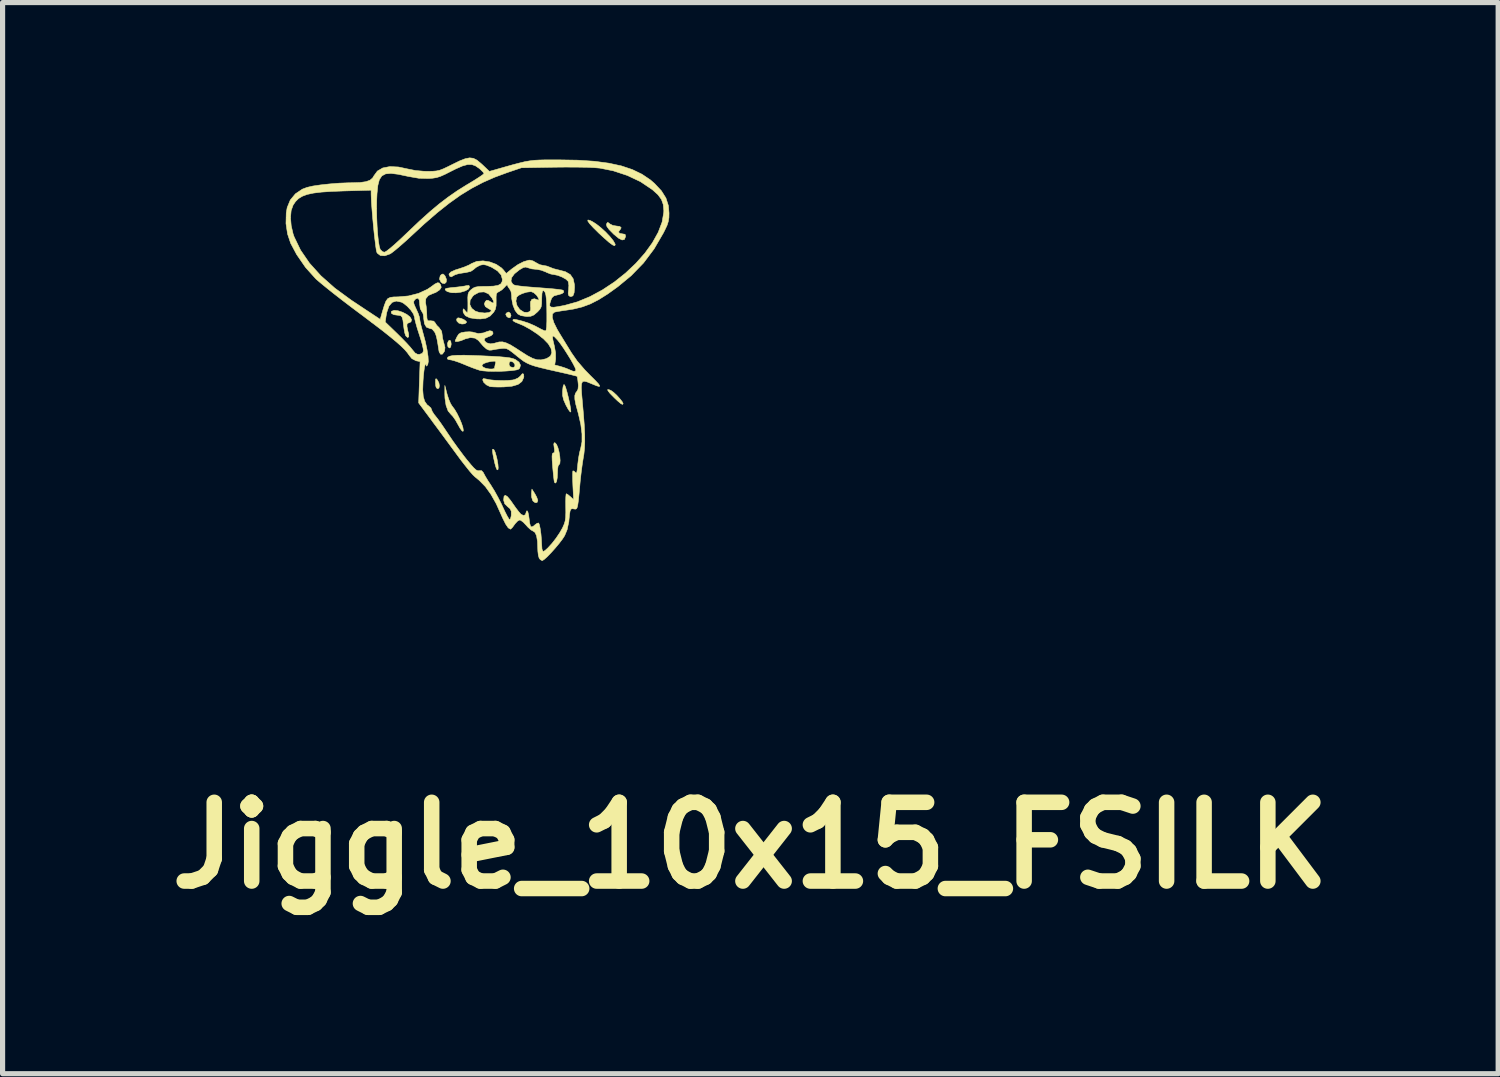
<source format=kicad_pcb>
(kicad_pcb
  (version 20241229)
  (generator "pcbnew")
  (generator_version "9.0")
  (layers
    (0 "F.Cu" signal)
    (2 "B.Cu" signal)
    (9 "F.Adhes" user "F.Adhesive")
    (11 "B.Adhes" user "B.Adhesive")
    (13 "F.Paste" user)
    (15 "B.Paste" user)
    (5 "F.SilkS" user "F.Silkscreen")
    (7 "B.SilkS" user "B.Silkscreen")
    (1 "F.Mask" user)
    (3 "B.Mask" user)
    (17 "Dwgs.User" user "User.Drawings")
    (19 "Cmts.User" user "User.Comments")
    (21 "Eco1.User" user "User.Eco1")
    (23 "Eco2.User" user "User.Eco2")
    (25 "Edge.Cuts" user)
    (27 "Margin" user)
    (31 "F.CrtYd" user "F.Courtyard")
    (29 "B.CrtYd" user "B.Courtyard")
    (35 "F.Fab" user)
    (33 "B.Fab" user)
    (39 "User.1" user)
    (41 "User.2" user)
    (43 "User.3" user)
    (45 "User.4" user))
  (footprint "Jiggle_10x15_FSILK"
    (layer "F.Cu")
    (at 11.474 13.313)
    (property "Reference" "Jiggle_10x15_FSILK" (at 0 0 0) (layer "F.SilkS") (effects (font (size 1.524 1.524) (thickness 0.3))))
    (attr through_hole)
    (fp_poly (pts (xy -4.649 -10.301) (xy -4.633 -10.256) (xy -4.648 -10.219) (xy -4.672 -10.211) (xy -4.704 -10.228) (xy -4.722 -10.246) (xy -4.736 -10.283) (xy -4.715 -10.309) (xy -4.678 -10.324) (xy -4.649 -10.301)) (stroke (width 0.01) (type solid)) (fill yes) (layer "F.SilkS"))
    (fp_poly (pts (xy -5.799 -9.757) (xy -5.791 -9.704) (xy -5.791 -9.703) (xy -5.801 -9.646) (xy -5.825 -9.627) (xy -5.852 -9.65) (xy -5.858 -9.665) (xy -5.863 -9.718) (xy -5.845 -9.764) (xy -5.817 -9.779) (xy -5.799 -9.757)) (stroke (width 0.01) (type solid)) (fill yes) (layer "F.SilkS"))
    (fp_poly (pts (xy -5.92 -11.036) (xy -5.907 -11.016) (xy -5.882 -10.953) (xy -5.888 -10.902) (xy -5.917 -10.874) (xy -5.961 -10.88) (xy -5.989 -10.902) (xy -6.018 -10.961) (xy -6.004 -11.023) (xy -5.983 -11.048) (xy -5.951 -11.061) (xy -5.92 -11.036)) (stroke (width 0.01) (type solid)) (fill yes) (layer "F.SilkS"))
    (fp_poly (pts (xy -4.172 -6.807) (xy -4.136 -6.74) (xy -4.116 -6.684) (xy -4.115 -6.674) (xy -4.13 -6.637) (xy -4.166 -6.634) (xy -4.205 -6.663) (xy -4.217 -6.681) (xy -4.235 -6.744) (xy -4.237 -6.815) (xy -4.229 -6.896) (xy -4.172 -6.807)) (stroke (width 0.01) (type solid)) (fill yes) (layer "F.SilkS"))
    (fp_poly (pts (xy -6.061 -9.011) (xy -6.057 -9.006) (xy -6.029 -8.952) (xy -6.02 -8.897) (xy -6.027 -8.856) (xy -6.049 -8.839) (xy -6.079 -8.856) (xy -6.09 -8.891) (xy -6.095 -8.953) (xy -6.095 -8.964) (xy -6.093 -9.022) (xy -6.084 -9.035) (xy -6.061 -9.011)) (stroke (width 0.01) (type solid)) (fill yes) (layer "F.SilkS"))
    (fp_poly (pts (xy -5.597 -10.2) (xy -5.54 -10.174) (xy -5.501 -10.144) (xy -5.494 -10.124) (xy -5.526 -10.097) (xy -5.583 -10.091) (xy -5.643 -10.109) (xy -5.645 -10.111) (xy -5.681 -10.148) (xy -5.687 -10.187) (xy -5.663 -10.21) (xy -5.653 -10.211) (xy -5.597 -10.2)) (stroke (width 0.01) (type solid)) (fill yes) (layer "F.SilkS"))
    (fp_poly (pts (xy -2.726 -8.817) (xy -2.695 -8.803) (xy -2.646 -8.767) (xy -2.587 -8.712) (xy -2.529 -8.648) (xy -2.483 -8.59) (xy -2.464 -8.552) (xy -2.464 -8.55) (xy -2.475 -8.535) (xy -2.509 -8.552) (xy -2.571 -8.604) (xy -2.635 -8.665) (xy -2.716 -8.747) (xy -2.758 -8.801) (xy -2.762 -8.824) (xy -2.726 -8.817)) (stroke (width 0.01) (type solid)) (fill yes) (layer "F.SilkS"))
    (fp_poly (pts (xy -4.967 -7.664) (xy -4.941 -7.612) (xy -4.912 -7.512) (xy -4.902 -7.467) (xy -4.886 -7.374) (xy -4.881 -7.306) (xy -4.887 -7.269) (xy -4.904 -7.273) (xy -4.91 -7.282) (xy -4.927 -7.325) (xy -4.947 -7.396) (xy -4.966 -7.481) (xy -4.983 -7.565) (xy -4.992 -7.631) (xy -4.992 -7.666) (xy -4.991 -7.667) (xy -4.967 -7.664)) (stroke (width 0.01) (type solid)) (fill yes) (layer "F.SilkS"))
    (fp_poly (pts (xy -3.598 -8.915) (xy -3.577 -8.867) (xy -3.549 -8.772) (xy -3.519 -8.652) (xy -3.496 -8.546) (xy -3.481 -8.46) (xy -3.475 -8.403) (xy -3.477 -8.388) (xy -3.495 -8.398) (xy -3.527 -8.443) (xy -3.567 -8.516) (xy -3.569 -8.519) (xy -3.615 -8.623) (xy -3.635 -8.707) (xy -3.636 -8.787) (xy -3.627 -8.874) (xy -3.614 -8.917) (xy -3.598 -8.915)) (stroke (width 0.01) (type solid)) (fill yes) (layer "F.SilkS"))
    (fp_poly (pts (xy -5.436 -10.811) (xy -5.436 -10.809) (xy -5.459 -10.767) (xy -5.519 -10.733) (xy -5.603 -10.708) (xy -5.697 -10.696) (xy -5.787 -10.698) (xy -5.861 -10.718) (xy -5.882 -10.73) (xy -5.908 -10.754) (xy -5.905 -10.772) (xy -5.868 -10.785) (xy -5.79 -10.796) (xy -5.702 -10.804) (xy -5.61 -10.815) (xy -5.53 -10.827) (xy -5.493 -10.835) (xy -5.448 -10.839) (xy -5.436 -10.811)) (stroke (width 0.01) (type solid)) (fill yes) (layer "F.SilkS"))
    (fp_poly (pts (xy -3.102 -12.095) (xy -3.064 -12.077) (xy -2.982 -12.025) (xy -2.891 -11.953) (xy -2.8 -11.87) (xy -2.719 -11.784) (xy -2.656 -11.706) (xy -2.621 -11.645) (xy -2.616 -11.624) (xy -2.629 -11.607) (xy -2.667 -11.622) (xy -2.734 -11.671) (xy -2.831 -11.756) (xy -2.93 -11.847) (xy -3.04 -11.956) (xy -3.113 -12.035) (xy -3.148 -12.086) (xy -3.144 -12.106) (xy -3.102 -12.095)) (stroke (width 0.01) (type solid)) (fill yes) (layer "F.SilkS"))
    (fp_poly (pts (xy -5.87 -8.731) (xy -5.839 -8.635) (xy -5.804 -8.552) (xy -5.773 -8.503) (xy -5.725 -8.439) (xy -5.675 -8.354) (xy -5.629 -8.259) (xy -5.59 -8.166) (xy -5.564 -8.087) (xy -5.556 -8.031) (xy -5.563 -8.013) (xy -5.585 -8.027) (xy -5.621 -8.076) (xy -5.662 -8.15) (xy -5.663 -8.151) (xy -5.71 -8.235) (xy -5.759 -8.304) (xy -5.793 -8.34) (xy -5.851 -8.408) (xy -5.891 -8.517) (xy -5.912 -8.657) (xy -5.915 -8.738) (xy -5.914 -8.903) (xy -5.87 -8.731)) (stroke (width 0.01) (type solid)) (fill yes) (layer "F.SilkS"))
    (fp_poly (pts (xy -2.744 -12.05) (xy -2.722 -12.03) (xy -2.663 -12) (xy -2.597 -11.989) (xy -2.528 -11.98) (xy -2.501 -11.955) (xy -2.521 -11.918) (xy -2.527 -11.913) (xy -2.553 -11.874) (xy -2.533 -11.847) (xy -2.473 -11.836) (xy -2.426 -11.828) (xy -2.416 -11.793) (xy -2.418 -11.78) (xy -2.439 -11.728) (xy -2.483 -11.718) (xy -2.551 -11.752) (xy -2.644 -11.829) (xy -2.659 -11.844) (xy -2.736 -11.922) (xy -2.777 -11.978) (xy -2.787 -12.017) (xy -2.785 -12.027) (xy -2.768 -12.057) (xy -2.744 -12.05)) (stroke (width 0.01) (type solid)) (fill yes) (layer "F.SilkS"))
    (fp_poly (pts (xy -4.39 -9.123) (xy -4.385 -9.076) (xy -4.388 -9.055) (xy -4.424 -8.978) (xy -4.498 -8.922) (xy -4.615 -8.888) (xy -4.774 -8.874) (xy -4.88 -8.872) (xy -4.971 -8.875) (xy -5.032 -8.879) (xy -5.042 -8.881) (xy -5.11 -8.914) (xy -5.162 -8.963) (xy -5.182 -9.011) (xy -5.169 -9.036) (xy -5.124 -9.029) (xy -5.049 -9.013) (xy -4.941 -9.002) (xy -4.82 -8.998) (xy -4.702 -8.999) (xy -4.605 -9.008) (xy -4.566 -9.016) (xy -4.497 -9.047) (xy -4.449 -9.087) (xy -4.444 -9.095) (xy -4.413 -9.131) (xy -4.39 -9.123)) (stroke (width 0.01) (type solid)) (fill yes) (layer "F.SilkS"))
    (fp_poly (pts (xy -6.819 -10.348) (xy -6.733 -10.32) (xy -6.651 -10.278) (xy -6.588 -10.228) (xy -6.558 -10.176) (xy -6.57 -10.133) (xy -6.604 -10.117) (xy -6.633 -10.106) (xy -6.647 -10.085) (xy -6.647 -10.044) (xy -6.633 -9.971) (xy -6.615 -9.9) (xy -6.613 -9.845) (xy -6.634 -9.83) (xy -6.667 -9.859) (xy -6.676 -9.874) (xy -6.691 -9.923) (xy -6.705 -10.003) (xy -6.713 -10.064) (xy -6.725 -10.164) (xy -6.741 -10.223) (xy -6.767 -10.252) (xy -6.809 -10.261) (xy -6.828 -10.262) (xy -6.9 -10.272) (xy -6.945 -10.295) (xy -6.952 -10.326) (xy -6.944 -10.339) (xy -6.894 -10.356) (xy -6.819 -10.348)) (stroke (width 0.01) (type solid)) (fill yes) (layer "F.SilkS"))
    (fp_poly (pts (xy -3.781 -7.792) (xy -3.753 -7.762) (xy -3.726 -7.7) (xy -3.704 -7.618) (xy -3.689 -7.531) (xy -3.683 -7.451) (xy -3.688 -7.392) (xy -3.706 -7.366) (xy -3.708 -7.366) (xy -3.722 -7.343) (xy -3.731 -7.281) (xy -3.734 -7.202) (xy -3.739 -7.113) (xy -3.751 -7.047) (xy -3.768 -7.014) (xy -3.786 -7.019) (xy -3.796 -7.041) (xy -3.802 -7.079) (xy -3.811 -7.155) (xy -3.821 -7.257) (xy -3.828 -7.334) (xy -3.837 -7.454) (xy -3.839 -7.532) (xy -3.834 -7.576) (xy -3.823 -7.593) (xy -3.815 -7.595) (xy -3.794 -7.607) (xy -3.791 -7.651) (xy -3.798 -7.699) (xy -3.806 -7.766) (xy -3.798 -7.793) (xy -3.781 -7.792)) (stroke (width 0.01) (type solid)) (fill yes) (layer "F.SilkS"))
    (fp_poly (pts (xy -5.362 -9.483) (xy -5.189 -9.476) (xy -4.997 -9.467) (xy -4.849 -9.458) (xy -4.738 -9.448) (xy -4.656 -9.437) (xy -4.597 -9.423) (xy -4.554 -9.407) (xy -4.551 -9.406) (xy -4.479 -9.354) (xy -4.45 -9.296) (xy -4.465 -9.239) (xy -4.486 -9.218) (xy -4.529 -9.203) (xy -4.611 -9.191) (xy -4.72 -9.182) (xy -4.844 -9.176) (xy -4.97 -9.175) (xy -5.088 -9.178) (xy -5.184 -9.186) (xy -5.233 -9.194) (xy -5.297 -9.215) (xy -5.391 -9.249) (xy -5.492 -9.29) (xy -5.198 -9.29) (xy -5.181 -9.265) (xy -5.166 -9.253) (xy -5.12 -9.234) (xy -5.057 -9.222) (xy -4.997 -9.221) (xy -4.958 -9.23) (xy -4.953 -9.239) (xy -4.946 -9.276) (xy -4.938 -9.312) (xy -4.672 -9.312) (xy -4.657 -9.273) (xy -4.642 -9.262) (xy -4.592 -9.249) (xy -4.564 -9.265) (xy -4.559 -9.272) (xy -4.559 -9.311) (xy -4.59 -9.352) (xy -4.634 -9.372) (xy -4.639 -9.373) (xy -4.666 -9.353) (xy -4.672 -9.312) (xy -4.938 -9.312) (xy -4.936 -9.319) (xy -4.929 -9.357) (xy -4.944 -9.372) (xy -4.991 -9.371) (xy -5.026 -9.366) (xy -5.103 -9.349) (xy -5.162 -9.326) (xy -5.172 -9.319) (xy -5.198 -9.29) (xy -5.492 -9.29) (xy -5.497 -9.292) (xy -5.533 -9.307) (xy -5.635 -9.348) (xy -5.726 -9.379) (xy -5.791 -9.396) (xy -5.806 -9.398) (xy -5.853 -9.407) (xy -5.867 -9.424) (xy -5.857 -9.449) (xy -5.824 -9.468) (xy -5.762 -9.481) (xy -5.668 -9.487) (xy -5.536 -9.488) (xy -5.362 -9.483)) (stroke (width 0.01) (type solid)) (fill yes) (layer "F.SilkS"))
    (fp_poly (pts (xy -5.362 -13.299) (xy -5.293 -13.264) (xy -5.218 -13.202) (xy -5.191 -13.178) (xy -5.052 -13.046) (xy -4.945 -13.076) (xy -4.749 -13.132) (xy -4.593 -13.176) (xy -4.467 -13.209) (xy -4.363 -13.234) (xy -4.27 -13.25) (xy -4.179 -13.261) (xy -4.082 -13.266) (xy -3.969 -13.269) (xy -3.83 -13.269) (xy -3.708 -13.269) (xy -3.343 -13.263) (xy -3.022 -13.242) (xy -2.742 -13.205) (xy -2.497 -13.152) (xy -2.285 -13.081) (xy -2.099 -12.991) (xy -1.937 -12.882) (xy -1.856 -12.812) (xy -1.723 -12.67) (xy -1.635 -12.53) (xy -1.587 -12.381) (xy -1.575 -12.239) (xy -1.577 -12.15) (xy -1.589 -12.077) (xy -1.613 -12.002) (xy -1.657 -11.909) (xy -1.684 -11.855) (xy -1.864 -11.546) (xy -2.069 -11.273) (xy -2.308 -11.027) (xy -2.565 -10.815) (xy -2.764 -10.672) (xy -2.939 -10.562) (xy -3.1 -10.48) (xy -3.257 -10.422) (xy -3.42 -10.382) (xy -3.533 -10.364) (xy -3.637 -10.349) (xy -3.725 -10.335) (xy -3.782 -10.324) (xy -3.791 -10.322) (xy -3.83 -10.287) (xy -3.835 -10.219) (xy -3.805 -10.12) (xy -3.742 -9.992) (xy -3.713 -9.942) (xy -3.638 -9.819) (xy -3.553 -9.68) (xy -3.475 -9.553) (xy -3.466 -9.538) (xy -3.354 -9.377) (xy -3.205 -9.204) (xy -3.1 -9.096) (xy -3.001 -8.998) (xy -2.939 -8.931) (xy -2.915 -8.893) (xy -2.927 -8.882) (xy -2.977 -8.896) (xy -3.063 -8.931) (xy -3.092 -8.943) (xy -3.165 -8.973) (xy -3.217 -8.985) (xy -3.25 -8.975) (xy -3.268 -8.935) (xy -3.273 -8.862) (xy -3.267 -8.75) (xy -3.253 -8.592) (xy -3.253 -8.592) (xy -3.231 -8.34) (xy -3.215 -8.131) (xy -3.207 -7.958) (xy -3.206 -7.811) (xy -3.211 -7.685) (xy -3.223 -7.57) (xy -3.235 -7.5) (xy -3.254 -7.379) (xy -3.274 -7.229) (xy -3.292 -7.072) (xy -3.301 -6.972) (xy -3.316 -6.806) (xy -3.328 -6.684) (xy -3.34 -6.6) (xy -3.351 -6.547) (xy -3.365 -6.518) (xy -3.383 -6.509) (xy -3.407 -6.511) (xy -3.417 -6.513) (xy -3.451 -6.518) (xy -3.474 -6.507) (xy -3.49 -6.472) (xy -3.501 -6.404) (xy -3.512 -6.296) (xy -3.514 -6.268) (xy -3.548 -6.109) (xy -3.595 -5.996) (xy -3.639 -5.928) (xy -3.703 -5.844) (xy -3.778 -5.754) (xy -3.856 -5.667) (xy -3.929 -5.591) (xy -3.989 -5.537) (xy -4.028 -5.512) (xy -4.031 -5.512) (xy -4.067 -5.532) (xy -4.089 -5.561) (xy -4.105 -5.617) (xy -4.114 -5.696) (xy -4.115 -5.722) (xy -4.121 -5.882) (xy -4.139 -5.993) (xy -4.17 -6.059) (xy -4.202 -6.081) (xy -4.25 -6.108) (xy -4.309 -6.162) (xy -4.34 -6.197) (xy -4.395 -6.255) (xy -4.445 -6.292) (xy -4.465 -6.299) (xy -4.505 -6.279) (xy -4.552 -6.229) (xy -4.566 -6.21) (xy -4.606 -6.155) (xy -4.638 -6.124) (xy -4.644 -6.121) (xy -4.687 -6.146) (xy -4.738 -6.221) (xy -4.799 -6.344) (xy -4.82 -6.392) (xy -4.921 -6.616) (xy -5.023 -6.797) (xy -5.13 -6.945) (xy -5.25 -7.067) (xy -5.33 -7.133) (xy -5.371 -7.172) (xy -5.435 -7.245) (xy -5.514 -7.344) (xy -5.603 -7.458) (xy -5.67 -7.549) (xy -5.781 -7.7) (xy -5.906 -7.87) (xy -6.031 -8.04) (xy -6.145 -8.193) (xy -6.176 -8.236) (xy -6.421 -8.565) (xy -6.407 -8.965) (xy -6.393 -9.365) (xy -6.471 -9.38) (xy -6.552 -9.422) (xy -6.601 -9.482) (xy -6.639 -9.536) (xy -6.69 -9.595) (xy -6.76 -9.664) (xy -6.85 -9.744) (xy -6.966 -9.84) (xy -7.11 -9.955) (xy -7.288 -10.091) (xy -7.34 -10.13) (xy -7.068 -10.13) (xy -6.84 -9.91) (xy -6.744 -9.815) (xy -6.655 -9.723) (xy -6.584 -9.645) (xy -6.542 -9.593) (xy -6.49 -9.531) (xy -6.444 -9.506) (xy -6.405 -9.504) (xy -6.348 -9.526) (xy -6.329 -9.57) (xy -6.334 -9.617) (xy -6.352 -9.699) (xy -6.382 -9.804) (xy -6.412 -9.896) (xy -6.449 -10.011) (xy -6.478 -10.114) (xy -6.497 -10.191) (xy -6.502 -10.226) (xy -6.522 -10.286) (xy -6.571 -10.359) (xy -6.639 -10.433) (xy -6.712 -10.492) (xy -6.754 -10.515) (xy -6.854 -10.536) (xy -6.934 -10.511) (xy -6.996 -10.439) (xy -7.037 -10.32) (xy -7.05 -10.253) (xy -7.068 -10.13) (xy -7.34 -10.13) (xy -7.501 -10.252) (xy -7.582 -10.312) (xy -7.752 -10.44) (xy -7.917 -10.566) (xy -8.07 -10.685) (xy -8.205 -10.793) (xy -8.315 -10.883) (xy -8.394 -10.95) (xy -8.415 -10.97) (xy -8.61 -11.187) (xy -8.783 -11.438) (xy -8.898 -11.654) (xy -8.959 -11.836) (xy -8.989 -12.038) (xy -8.986 -12.15) (xy -8.901 -12.15) (xy -8.888 -11.995) (xy -8.851 -11.836) (xy -8.831 -11.779) (xy -8.707 -11.522) (xy -8.535 -11.271) (xy -8.314 -11.026) (xy -8.043 -10.786) (xy -7.722 -10.551) (xy -7.684 -10.526) (xy -7.556 -10.441) (xy -7.439 -10.363) (xy -7.34 -10.298) (xy -7.268 -10.25) (xy -7.234 -10.228) (xy -7.165 -10.182) (xy -7.123 -10.33) (xy -7.086 -10.452) (xy -7.054 -10.534) (xy -7.019 -10.583) (xy -6.97 -10.607) (xy -6.901 -10.616) (xy -6.822 -10.617) (xy -6.618 -10.635) (xy -6.423 -10.685) (xy -6.253 -10.763) (xy -6.186 -10.808) (xy -6.108 -10.865) (xy -6.058 -10.89) (xy -6.025 -10.887) (xy -6 -10.856) (xy -5.995 -10.847) (xy -5.984 -10.802) (xy -6.01 -10.759) (xy -6.023 -10.747) (xy -6.089 -10.703) (xy -6.148 -10.681) (xy -6.234 -10.643) (xy -6.283 -10.582) (xy -6.288 -10.504) (xy -6.286 -10.497) (xy -6.275 -10.431) (xy -6.266 -10.34) (xy -6.264 -10.287) (xy -6.261 -10.207) (xy -6.252 -10.167) (xy -6.23 -10.153) (xy -6.191 -10.155) (xy -6.129 -10.147) (xy -6.103 -10.117) (xy -6.071 -10.067) (xy -6.028 -10.025) (xy -5.977 -9.954) (xy -5.968 -9.898) (xy -5.958 -9.819) (xy -5.936 -9.731) (xy -5.932 -9.719) (xy -5.911 -9.636) (xy -5.919 -9.574) (xy -5.924 -9.56) (xy -5.961 -9.509) (xy -5.997 -9.507) (xy -6.024 -9.552) (xy -6.03 -9.582) (xy -6.05 -9.709) (xy -6.066 -9.798) (xy -6.08 -9.858) (xy -6.095 -9.902) (xy -6.112 -9.937) (xy -6.16 -9.994) (xy -6.212 -10.008) (xy -6.271 -10.031) (xy -6.309 -10.097) (xy -6.324 -10.204) (xy -6.325 -10.222) (xy -6.335 -10.29) (xy -6.362 -10.337) (xy -6.363 -10.338) (xy -6.39 -10.388) (xy -6.401 -10.471) (xy -6.401 -10.481) (xy -6.41 -10.559) (xy -6.436 -10.593) (xy -6.477 -10.579) (xy -6.503 -10.553) (xy -6.518 -10.522) (xy -6.512 -10.48) (xy -6.483 -10.412) (xy -6.468 -10.381) (xy -6.431 -10.299) (xy -6.407 -10.228) (xy -6.401 -10.194) (xy -6.394 -10.146) (xy -6.376 -10.064) (xy -6.349 -9.963) (xy -6.338 -9.922) (xy -6.292 -9.751) (xy -6.259 -9.595) (xy -6.239 -9.464) (xy -6.234 -9.365) (xy -6.245 -9.306) (xy -6.246 -9.304) (xy -6.267 -9.276) (xy -6.274 -9.293) (xy -6.274 -9.296) (xy -6.278 -9.322) (xy -6.294 -9.301) (xy -6.297 -9.296) (xy -6.308 -9.256) (xy -6.319 -9.178) (xy -6.33 -9.074) (xy -6.336 -8.99) (xy -6.342 -8.818) (xy -6.332 -8.689) (xy -6.304 -8.595) (xy -6.258 -8.529) (xy -6.225 -8.504) (xy -6.184 -8.466) (xy -6.172 -8.436) (xy -6.157 -8.397) (xy -6.118 -8.338) (xy -6.094 -8.309) (xy -6.048 -8.25) (xy -5.984 -8.161) (xy -5.912 -8.055) (xy -5.85 -7.963) (xy -5.76 -7.829) (xy -5.653 -7.681) (xy -5.547 -7.539) (xy -5.496 -7.474) (xy -5.412 -7.372) (xy -5.352 -7.305) (xy -5.309 -7.267) (xy -5.276 -7.252) (xy -5.249 -7.253) (xy -5.202 -7.253) (xy -5.169 -7.216) (xy -5.159 -7.196) (xy -5.129 -7.14) (xy -5.08 -7.059) (xy -5.021 -6.97) (xy -5.015 -6.96) (xy -4.953 -6.86) (xy -4.884 -6.735) (xy -4.818 -6.605) (xy -4.794 -6.553) (xy -4.747 -6.453) (xy -4.705 -6.371) (xy -4.673 -6.319) (xy -4.661 -6.305) (xy -4.643 -6.323) (xy -4.63 -6.376) (xy -4.628 -6.399) (xy -4.629 -6.47) (xy -4.653 -6.518) (xy -4.698 -6.556) (xy -4.755 -6.612) (xy -4.775 -6.678) (xy -4.775 -6.698) (xy -4.768 -6.759) (xy -4.744 -6.777) (xy -4.703 -6.751) (xy -4.643 -6.679) (xy -4.6 -6.617) (xy -4.54 -6.532) (xy -4.485 -6.46) (xy -4.446 -6.415) (xy -4.443 -6.411) (xy -4.392 -6.386) (xy -4.355 -6.401) (xy -4.343 -6.44) (xy -4.331 -6.473) (xy -4.322 -6.477) (xy -4.307 -6.454) (xy -4.293 -6.395) (xy -4.285 -6.338) (xy -4.272 -6.236) (xy -4.256 -6.18) (xy -4.232 -6.163) (xy -4.196 -6.182) (xy -4.176 -6.2) (xy -4.13 -6.234) (xy -4.099 -6.241) (xy -4.098 -6.24) (xy -4.083 -6.202) (xy -4.068 -6.128) (xy -4.054 -6.029) (xy -4.045 -5.921) (xy -4.04 -5.823) (xy -4.034 -5.735) (xy -4.017 -5.694) (xy -4.006 -5.69) (xy -3.975 -5.708) (xy -3.922 -5.756) (xy -3.858 -5.826) (xy -3.838 -5.848) (xy -3.762 -5.946) (xy -3.691 -6.051) (xy -3.638 -6.143) (xy -3.636 -6.147) (xy -3.605 -6.217) (xy -3.586 -6.279) (xy -3.576 -6.35) (xy -3.573 -6.443) (xy -3.574 -6.547) (xy -3.575 -6.655) (xy -3.573 -6.741) (xy -3.568 -6.795) (xy -3.563 -6.807) (xy -3.535 -6.792) (xy -3.489 -6.754) (xy -3.484 -6.75) (xy -3.422 -6.693) (xy -3.436 -6.965) (xy -3.44 -7.077) (xy -3.441 -7.169) (xy -3.439 -7.231) (xy -3.435 -7.25) (xy -3.412 -7.244) (xy -3.39 -7.22) (xy -3.373 -7.206) (xy -3.361 -7.221) (xy -3.352 -7.271) (xy -3.342 -7.364) (xy -3.341 -7.38) (xy -3.327 -7.493) (xy -3.307 -7.603) (xy -3.285 -7.685) (xy -3.284 -7.69) (xy -3.26 -7.81) (xy -3.26 -7.966) (xy -3.283 -8.151) (xy -3.33 -8.355) (xy -3.341 -8.396) (xy -3.379 -8.535) (xy -3.398 -8.635) (xy -3.399 -8.706) (xy -3.384 -8.755) (xy -3.363 -8.782) (xy -3.337 -8.828) (xy -3.33 -8.9) (xy -3.334 -8.946) (xy -3.342 -9.019) (xy -3.351 -9.069) (xy -3.355 -9.079) (xy -3.383 -9.088) (xy -3.45 -9.105) (xy -3.549 -9.129) (xy -3.671 -9.157) (xy -3.721 -9.168) (xy -3.908 -9.21) (xy -4.054 -9.245) (xy -4.167 -9.275) (xy -4.255 -9.304) (xy -4.326 -9.336) (xy -4.389 -9.372) (xy -4.451 -9.418) (xy -4.522 -9.474) (xy -4.523 -9.476) (xy -4.612 -9.547) (xy -4.674 -9.592) (xy -4.721 -9.615) (xy -4.765 -9.621) (xy -4.818 -9.618) (xy -4.826 -9.617) (xy -4.914 -9.605) (xy -4.992 -9.591) (xy -5.009 -9.587) (xy -5.059 -9.586) (xy -5.11 -9.61) (xy -5.172 -9.666) (xy -5.251 -9.758) (xy -5.264 -9.774) (xy -5.329 -9.818) (xy -5.419 -9.829) (xy -5.519 -9.804) (xy -5.546 -9.792) (xy -5.606 -9.768) (xy -5.666 -9.754) (xy -5.707 -9.754) (xy -5.715 -9.762) (xy -5.705 -9.789) (xy -5.68 -9.841) (xy -5.677 -9.848) (xy -5.644 -9.897) (xy -5.599 -9.924) (xy -5.522 -9.938) (xy -5.518 -9.938) (xy -5.437 -9.942) (xy -5.372 -9.935) (xy -5.355 -9.929) (xy -5.267 -9.907) (xy -5.165 -9.92) (xy -5.109 -9.942) (xy -5.045 -9.962) (xy -4.998 -9.952) (xy -4.981 -9.918) (xy -4.986 -9.898) (xy -5.019 -9.866) (xy -5.078 -9.843) (xy -5.139 -9.816) (xy -5.153 -9.778) (xy -5.118 -9.737) (xy -5.093 -9.724) (xy -5.031 -9.708) (xy -4.957 -9.719) (xy -4.93 -9.727) (xy -4.862 -9.745) (xy -4.798 -9.746) (xy -4.728 -9.727) (xy -4.643 -9.687) (xy -4.534 -9.62) (xy -4.444 -9.561) (xy -4.315 -9.479) (xy -4.214 -9.426) (xy -4.129 -9.4) (xy -4.05 -9.398) (xy -3.966 -9.417) (xy -3.941 -9.426) (xy -3.871 -9.47) (xy -3.844 -9.536) (xy -3.858 -9.617) (xy -3.913 -9.71) (xy -4.004 -9.804) (xy -4.052 -9.842) (xy -3.831 -9.842) (xy -3.822 -9.781) (xy -3.797 -9.675) (xy -3.795 -9.669) (xy -3.771 -9.534) (xy -3.77 -9.417) (xy -3.771 -9.407) (xy -3.787 -9.299) (xy -3.678 -9.271) (xy -3.594 -9.244) (xy -3.52 -9.215) (xy -3.505 -9.208) (xy -3.429 -9.176) (xy -3.387 -9.18) (xy -3.378 -9.203) (xy -3.392 -9.244) (xy -3.428 -9.316) (xy -3.481 -9.409) (xy -3.544 -9.511) (xy -3.61 -9.614) (xy -3.673 -9.705) (xy -3.727 -9.775) (xy -3.739 -9.789) (xy -3.791 -9.843) (xy -3.821 -9.861) (xy -3.831 -9.842) (xy -4.052 -9.842) (xy -4.124 -9.899) (xy -4.259 -9.988) (xy -4.391 -10.061) (xy -4.486 -10.101) (xy -4.552 -10.128) (xy -4.592 -10.153) (xy -4.597 -10.162) (xy -4.593 -10.178) (xy -4.575 -10.183) (xy -4.531 -10.177) (xy -4.453 -10.158) (xy -4.407 -10.146) (xy -4.296 -10.11) (xy -4.18 -10.06) (xy -4.126 -10.032) (xy -4.051 -9.992) (xy -3.991 -9.964) (xy -3.966 -9.957) (xy -3.953 -9.977) (xy -3.944 -10.04) (xy -3.94 -10.148) (xy -3.94 -10.281) (xy -3.942 -10.448) (xy -3.949 -10.57) (xy -3.959 -10.654) (xy -3.975 -10.707) (xy -3.998 -10.733) (xy -4.008 -10.738) (xy -4.025 -10.728) (xy -4.035 -10.678) (xy -4.039 -10.584) (xy -4.039 -10.579) (xy -4.041 -10.485) (xy -4.05 -10.424) (xy -4.074 -10.378) (xy -4.118 -10.329) (xy -4.125 -10.323) (xy -4.19 -10.267) (xy -4.251 -10.242) (xy -4.325 -10.236) (xy -4.441 -10.254) (xy -4.502 -10.286) (xy -4.554 -10.353) (xy -4.595 -10.455) (xy -4.611 -10.535) (xy -4.539 -10.535) (xy -4.518 -10.45) (xy -4.467 -10.376) (xy -4.452 -10.364) (xy -4.384 -10.321) (xy -4.323 -10.316) (xy -4.282 -10.328) (xy -4.256 -10.352) (xy -4.253 -10.405) (xy -4.257 -10.437) (xy -4.257 -10.52) (xy -4.229 -10.57) (xy -4.178 -10.581) (xy -4.142 -10.567) (xy -4.1 -10.554) (xy -4.093 -10.573) (xy -4.121 -10.624) (xy -4.142 -10.652) (xy -4.193 -10.698) (xy -4.245 -10.719) (xy -4.247 -10.719) (xy -4.33 -10.708) (xy -4.417 -10.681) (xy -4.489 -10.645) (xy -4.524 -10.611) (xy -4.539 -10.535) (xy -4.611 -10.535) (xy -4.619 -10.577) (xy -4.623 -10.651) (xy -4.633 -10.719) (xy -4.659 -10.768) (xy -4.661 -10.77) (xy -4.693 -10.815) (xy -4.699 -10.84) (xy -4.711 -10.851) (xy -4.745 -10.82) (xy -4.753 -10.809) (xy -4.809 -10.754) (xy -4.866 -10.718) (xy -4.867 -10.718) (xy -4.9 -10.7) (xy -4.917 -10.671) (xy -4.922 -10.616) (xy -4.921 -10.544) (xy -4.922 -10.445) (xy -4.937 -10.376) (xy -4.968 -10.321) (xy -5.037 -10.247) (xy -5.117 -10.205) (xy -5.222 -10.19) (xy -5.301 -10.192) (xy -5.43 -10.211) (xy -5.517 -10.253) (xy -5.558 -10.315) (xy -5.562 -10.348) (xy -5.558 -10.385) (xy -5.542 -10.376) (xy -5.527 -10.357) (xy -5.494 -10.321) (xy -5.478 -10.312) (xy -5.471 -10.336) (xy -5.468 -10.397) (xy -5.468 -10.469) (xy -5.43 -10.469) (xy -5.395 -10.396) (xy -5.323 -10.34) (xy -5.244 -10.315) (xy -5.141 -10.305) (xy -5.061 -10.314) (xy -5.016 -10.339) (xy -5.015 -10.341) (xy -5.025 -10.365) (xy -5.066 -10.388) (xy -5.13 -10.429) (xy -5.15 -10.481) (xy -5.13 -10.529) (xy -5.102 -10.553) (xy -5.068 -10.546) (xy -5.036 -10.527) (xy -4.984 -10.498) (xy -4.965 -10.505) (xy -4.978 -10.548) (xy -5.001 -10.593) (xy -5.068 -10.675) (xy -5.154 -10.713) (xy -5.25 -10.707) (xy -5.345 -10.656) (xy -5.374 -10.63) (xy -5.425 -10.551) (xy -5.43 -10.469) (xy -5.468 -10.469) (xy -5.468 -10.485) (xy -5.468 -10.505) (xy -5.47 -10.604) (xy -5.465 -10.667) (xy -5.45 -10.708) (xy -5.422 -10.742) (xy -5.402 -10.759) (xy -5.362 -10.789) (xy -5.319 -10.807) (xy -5.258 -10.817) (xy -5.167 -10.82) (xy -5.106 -10.82) (xy -4.973 -10.825) (xy -4.884 -10.84) (xy -4.83 -10.869) (xy -4.805 -10.915) (xy -4.801 -10.958) (xy -4.825 -11.042) (xy -4.895 -11.12) (xy -5.006 -11.189) (xy -5.031 -11.2) (xy -5.112 -11.232) (xy -5.168 -11.242) (xy -5.219 -11.233) (xy -5.242 -11.225) (xy -5.31 -11.188) (xy -5.36 -11.145) (xy -5.413 -11.11) (xy -5.507 -11.088) (xy -5.551 -11.082) (xy -5.641 -11.068) (xy -5.715 -11.046) (xy -5.747 -11.028) (xy -5.791 -11.004) (xy -5.821 -11.018) (xy -5.835 -11.058) (xy -5.799 -11.098) (xy -5.712 -11.138) (xy -5.632 -11.163) (xy -5.535 -11.196) (xy -5.446 -11.234) (xy -5.397 -11.262) (xy -5.297 -11.304) (xy -5.175 -11.314) (xy -5.045 -11.294) (xy -4.92 -11.247) (xy -4.816 -11.176) (xy -4.778 -11.136) (xy -4.726 -11.07) (xy -4.615 -11.16) (xy -4.501 -11.241) (xy -4.387 -11.299) (xy -4.289 -11.327) (xy -4.266 -11.328) (xy -4.208 -11.313) (xy -4.147 -11.278) (xy -4.08 -11.241) (xy -4.016 -11.227) (xy -3.942 -11.214) (xy -3.884 -11.192) (xy -3.814 -11.164) (xy -3.729 -11.142) (xy -3.719 -11.14) (xy -3.581 -11.104) (xy -3.486 -11.049) (xy -3.43 -10.967) (xy -3.406 -10.855) (xy -3.404 -10.804) (xy -3.412 -10.697) (xy -3.435 -10.637) (xy -3.475 -10.622) (xy -3.493 -10.626) (xy -3.519 -10.646) (xy -3.527 -10.687) (xy -3.519 -10.756) (xy -3.514 -10.84) (xy -3.524 -10.906) (xy -3.528 -10.918) (xy -3.57 -10.959) (xy -3.643 -11) (xy -3.727 -11.033) (xy -3.803 -11.049) (xy -3.812 -11.049) (xy -3.866 -11.06) (xy -3.939 -11.088) (xy -3.962 -11.1) (xy -4.048 -11.133) (xy -4.134 -11.15) (xy -4.151 -11.151) (xy -4.232 -11.159) (xy -4.303 -11.18) (xy -4.35 -11.194) (xy -4.395 -11.185) (xy -4.459 -11.148) (xy -4.469 -11.142) (xy -4.567 -11.064) (xy -4.622 -10.989) (xy -4.634 -10.921) (xy -4.601 -10.865) (xy -4.573 -10.847) (xy -4.535 -10.837) (xy -4.454 -10.826) (xy -4.342 -10.814) (xy -4.206 -10.803) (xy -4.087 -10.794) (xy -3.942 -10.783) (xy -3.814 -10.772) (xy -3.712 -10.761) (xy -3.646 -10.751) (xy -3.623 -10.744) (xy -3.611 -10.71) (xy -3.646 -10.68) (xy -3.723 -10.657) (xy -3.732 -10.656) (xy -3.803 -10.636) (xy -3.842 -10.6) (xy -3.859 -10.561) (xy -3.881 -10.491) (xy -3.884 -10.445) (xy -3.862 -10.421) (xy -3.809 -10.416) (xy -3.718 -10.429) (xy -3.593 -10.453) (xy -3.349 -10.521) (xy -3.105 -10.622) (xy -2.864 -10.752) (xy -2.633 -10.905) (xy -2.416 -11.078) (xy -2.218 -11.265) (xy -2.043 -11.462) (xy -1.897 -11.664) (xy -1.784 -11.867) (xy -1.709 -12.065) (xy -1.677 -12.255) (xy -1.676 -12.288) (xy -1.687 -12.405) (xy -1.722 -12.503) (xy -1.789 -12.594) (xy -1.895 -12.69) (xy -1.909 -12.7) (xy -2.128 -12.847) (xy -2.382 -12.967) (xy -2.655 -13.057) (xy -2.914 -13.109) (xy -3.021 -13.118) (xy -3.172 -13.125) (xy -3.361 -13.128) (xy -3.581 -13.129) (xy -3.781 -13.127) (xy -4.432 -13.116) (xy -4.706 -13.023) (xy -4.95 -12.933) (xy -5.177 -12.833) (xy -5.396 -12.718) (xy -5.613 -12.585) (xy -5.833 -12.428) (xy -6.065 -12.244) (xy -6.315 -12.027) (xy -6.563 -11.798) (xy -6.675 -11.695) (xy -6.782 -11.601) (xy -6.874 -11.523) (xy -6.943 -11.469) (xy -6.976 -11.448) (xy -7.077 -11.412) (xy -7.161 -11.417) (xy -7.22 -11.462) (xy -7.231 -11.481) (xy -7.241 -11.522) (xy -7.253 -11.604) (xy -7.267 -11.718) (xy -7.283 -11.855) (xy -7.298 -12.004) (xy -7.312 -12.158) (xy -7.324 -12.306) (xy -7.325 -12.32) (xy -7.235 -12.32) (xy -7.232 -12.15) (xy -7.225 -11.983) (xy -7.214 -11.828) (xy -7.2 -11.696) (xy -7.183 -11.595) (xy -7.165 -11.535) (xy -7.165 -11.535) (xy -7.122 -11.493) (xy -7.084 -11.481) (xy -7.048 -11.499) (xy -6.98 -11.551) (xy -6.884 -11.633) (xy -6.762 -11.745) (xy -6.622 -11.878) (xy -6.402 -12.087) (xy -6.206 -12.263) (xy -6.026 -12.414) (xy -5.853 -12.546) (xy -5.678 -12.668) (xy -5.493 -12.784) (xy -5.455 -12.806) (xy -5.346 -12.872) (xy -5.255 -12.93) (xy -5.189 -12.975) (xy -5.158 -13.001) (xy -5.156 -13.005) (xy -5.174 -13.032) (xy -5.22 -13.078) (xy -5.251 -13.105) (xy -5.323 -13.154) (xy -5.394 -13.179) (xy -5.475 -13.178) (xy -5.573 -13.151) (xy -5.699 -13.096) (xy -5.791 -13.05) (xy -5.909 -12.99) (xy -5.999 -12.95) (xy -6.074 -12.926) (xy -6.149 -12.914) (xy -6.23 -12.908) (xy -6.418 -12.913) (xy -6.627 -12.949) (xy -6.638 -12.952) (xy -6.818 -12.99) (xy -6.957 -13.007) (xy -7.06 -12.998) (xy -7.133 -12.959) (xy -7.182 -12.885) (xy -7.211 -12.773) (xy -7.227 -12.616) (xy -7.233 -12.484) (xy -7.235 -12.32) (xy -7.325 -12.32) (xy -7.334 -12.438) (xy -7.339 -12.547) (xy -7.341 -12.605) (xy -7.341 -12.682) (xy -7.868 -12.667) (xy -8.107 -12.658) (xy -8.301 -12.645) (xy -8.456 -12.626) (xy -8.578 -12.6) (xy -8.672 -12.565) (xy -8.746 -12.52) (xy -8.804 -12.462) (xy -8.851 -12.393) (xy -8.889 -12.287) (xy -8.901 -12.15) (xy -8.986 -12.15) (xy -8.984 -12.24) (xy -8.966 -12.345) (xy -8.906 -12.491) (xy -8.806 -12.612) (xy -8.672 -12.702) (xy -8.582 -12.736) (xy -8.47 -12.762) (xy -8.321 -12.784) (xy -8.147 -12.803) (xy -7.962 -12.818) (xy -7.78 -12.825) (xy -7.709 -12.826) (xy -7.554 -12.831) (xy -7.441 -12.847) (xy -7.363 -12.875) (xy -7.312 -12.918) (xy -7.288 -12.959) (xy -7.22 -13.052) (xy -7.117 -13.112) (xy -6.979 -13.139) (xy -6.811 -13.131) (xy -6.629 -13.092) (xy -6.484 -13.063) (xy -6.318 -13.048) (xy -6.248 -13.047) (xy -6.153 -13.048) (xy -6.08 -13.054) (xy -6.014 -13.068) (xy -5.942 -13.096) (xy -5.849 -13.14) (xy -5.773 -13.178) (xy -5.63 -13.248) (xy -5.52 -13.291) (xy -5.434 -13.308) (xy -5.362 -13.299)) (stroke (width 0.01) (type solid)) (fill yes) (layer "F.SilkS")))
  (gr_rect
    (start -3 -3)
    (end 25.947 17.731)
    (stroke (width 0.1) (type default))
    (fill no)
    (layer "Edge.Cuts")))
</source>
